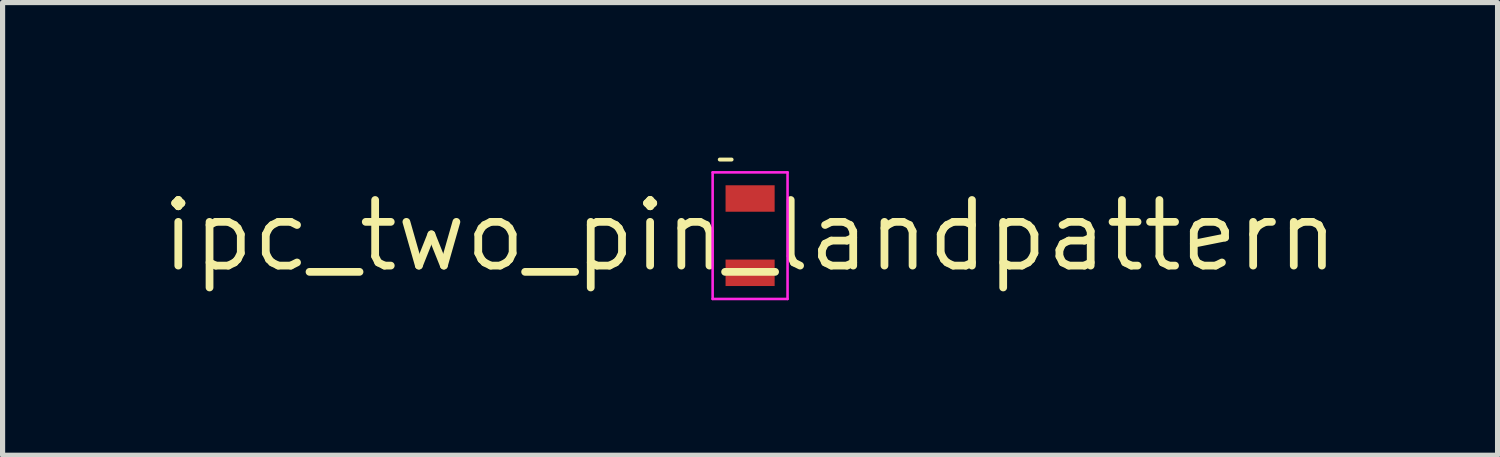
<source format=kicad_pcb>
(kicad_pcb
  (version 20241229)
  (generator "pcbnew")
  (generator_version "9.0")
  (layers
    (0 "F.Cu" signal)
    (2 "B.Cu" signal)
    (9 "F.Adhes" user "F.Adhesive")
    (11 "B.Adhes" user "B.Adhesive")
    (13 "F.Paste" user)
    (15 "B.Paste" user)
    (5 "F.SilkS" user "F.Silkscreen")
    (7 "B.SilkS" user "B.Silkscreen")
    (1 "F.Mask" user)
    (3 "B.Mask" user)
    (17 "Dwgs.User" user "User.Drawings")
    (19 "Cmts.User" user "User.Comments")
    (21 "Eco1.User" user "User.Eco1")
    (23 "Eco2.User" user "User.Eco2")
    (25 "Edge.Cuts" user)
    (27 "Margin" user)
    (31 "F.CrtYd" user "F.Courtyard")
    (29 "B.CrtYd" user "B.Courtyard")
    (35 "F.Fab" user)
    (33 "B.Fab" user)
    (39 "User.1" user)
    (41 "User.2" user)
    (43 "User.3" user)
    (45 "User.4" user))
  (footprint "ipc_two_pin_landpattern"
    (layer "F.Cu")
    (at 11.468 1.511)
    (property "Reference" "ipc_two_pin_landpattern" (at 0 0 0) (layer "F.SilkS") (effects (font (size 1.27 1.27) (thickness 0.15))))
    (attr through_hole)
    (fp_line (start -0.587 -1.473) (end -0.358 -1.473) (stroke (width 0.076) (type solid)) (layer "F.SilkS"))
    (fp_line (start -0.725 -1.225) (end 0.725 -1.225) (stroke (width 0.05) (type solid)) (layer "F.CrtYd"))
    (fp_line (start -0.725 1.225) (end -0.725 -1.225) (stroke (width 0.05) (type solid)) (layer "F.CrtYd"))
    (fp_line (start 0.725 -1.225) (end 0.725 1.225) (stroke (width 0.05) (type solid)) (layer "F.CrtYd"))
    (fp_line (start 0.725 1.225) (end -0.725 1.225) (stroke (width 0.05) (type solid)) (layer "F.CrtYd"))
    (pad "a" smd rect (at 0 -0.719) (size 0.95 0.512) (layers "F.Cu" "F.Paste"))
    (pad "c" smd rect (at 0 0.719) (size 0.95 0.512) (layers "F.Cu" "F.Paste")))
  (gr_rect
    (start -3 -3)
    (end 25.935 5.761)
    (stroke (width 0.1) (type default))
    (fill no)
    (layer "Edge.Cuts")))
</source>
